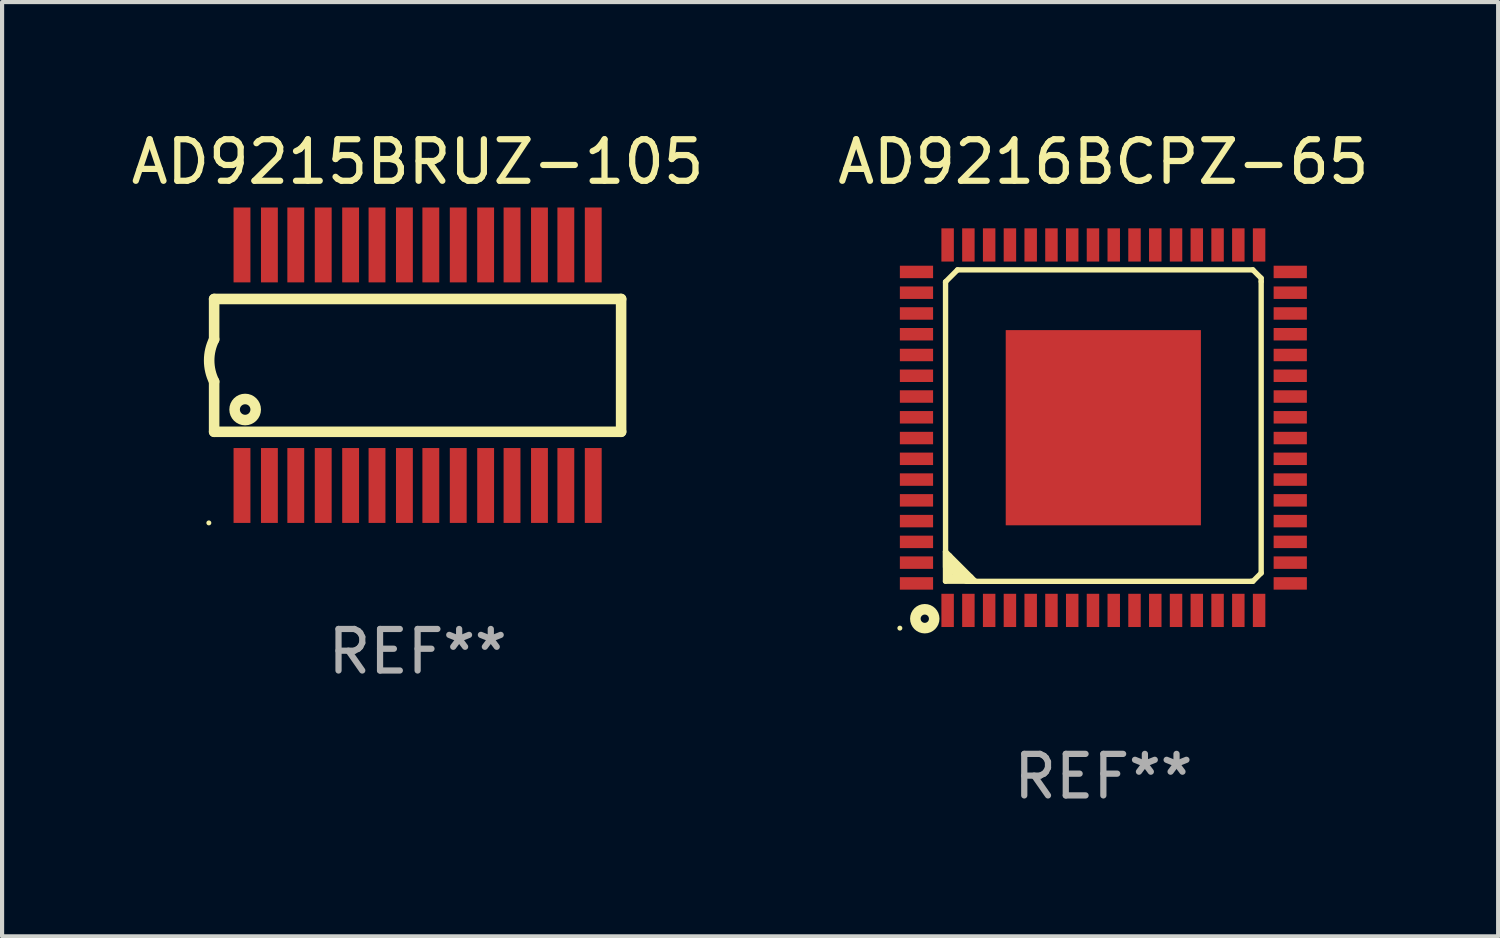
<source format=kicad_pcb>
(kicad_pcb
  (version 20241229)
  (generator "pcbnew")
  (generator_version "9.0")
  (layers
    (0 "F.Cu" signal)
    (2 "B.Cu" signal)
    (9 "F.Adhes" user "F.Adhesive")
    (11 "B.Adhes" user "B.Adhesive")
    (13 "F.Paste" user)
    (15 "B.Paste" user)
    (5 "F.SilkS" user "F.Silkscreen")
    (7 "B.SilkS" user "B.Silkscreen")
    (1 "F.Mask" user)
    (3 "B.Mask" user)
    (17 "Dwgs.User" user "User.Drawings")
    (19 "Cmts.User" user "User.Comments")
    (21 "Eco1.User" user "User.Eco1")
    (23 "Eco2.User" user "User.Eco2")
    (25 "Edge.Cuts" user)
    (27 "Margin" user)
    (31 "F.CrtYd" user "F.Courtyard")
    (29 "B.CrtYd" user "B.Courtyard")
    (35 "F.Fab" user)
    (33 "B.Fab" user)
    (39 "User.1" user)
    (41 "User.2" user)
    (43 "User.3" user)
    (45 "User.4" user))
  (footprint "AD9215BRUZ-105"
    (layer "F.Cu")
    (at 7.006 5.744)
    (property "Reference" "AD9215BRUZ-105" (at 0 -4.896 0) (layer "F.SilkS") (effects (font (size 1 1) (thickness 0.15))))
    (attr through_hole)
    (fp_line (start -4.9 -1.595) (end -4.9 -0.622) (stroke (width 0.254) (type solid)) (layer "F.SilkS"))
    (fp_line (start -4.9 1.603) (end -4.9 0.394) (stroke (width 0.254) (type solid)) (layer "F.SilkS"))
    (fp_line (start 4.9 -1.595) (end -4.9 -1.595) (stroke (width 0.254) (type solid)) (layer "F.SilkS"))
    (fp_line (start 4.9 1.603) (end -4.9 1.603) (stroke (width 0.254) (type solid)) (layer "F.SilkS"))
    (fp_line (start 4.9 1.603) (end 4.9 -1.595) (stroke (width 0.254) (type solid)) (layer "F.SilkS"))
    (fp_arc (start -4.89967 0.393701) (mid -5.019593 -0.1143) (end -4.89967 -0.622301) (stroke (width 0.254001) (type solid)) (layer "F.SilkS"))
    (fp_circle (center -5.027 3.797) (end -4.997 3.797) (stroke (width 0.06) (type solid)) (fill no) (layer "F.SilkS"))
    (fp_circle (center -4.153 1.067) (end -3.899 1.067) (stroke (width 0.254) (type solid)) (fill no) (layer "F.SilkS"))
    (fp_text user "REF**" (at 0 6.896 0) (layer "F.Fab") (effects (font (size 1 1) (thickness 0.15))))
    (pad "1" smd rect (at -4.229 2.896 90) (size 1.803 0.406) (layers "F.Cu" "F.Mask" "F.Paste"))
    (pad "2" smd rect (at -3.569 2.896 90) (size 1.803 0.406) (layers "F.Cu" "F.Mask" "F.Paste"))
    (pad "3" smd rect (at -2.934 2.896 90) (size 1.803 0.406) (layers "F.Cu" "F.Mask" "F.Paste"))
    (pad "4" smd rect (at -2.273 2.896 90) (size 1.803 0.406) (layers "F.Cu" "F.Mask" "F.Paste"))
    (pad "5" smd rect (at -1.613 2.896 90) (size 1.803 0.406) (layers "F.Cu" "F.Mask" "F.Paste"))
    (pad "6" smd rect (at -0.978 2.896 90) (size 1.803 0.406) (layers "F.Cu" "F.Mask" "F.Paste"))
    (pad "7" smd rect (at -0.318 2.896 90) (size 1.803 0.406) (layers "F.Cu" "F.Mask" "F.Paste"))
    (pad "8" smd rect (at 0.318 2.896 90) (size 1.803 0.406) (layers "F.Cu" "F.Mask" "F.Paste"))
    (pad "9" smd rect (at 0.978 2.896 90) (size 1.803 0.406) (layers "F.Cu" "F.Mask" "F.Paste"))
    (pad "10" smd rect (at 1.638 2.896 90) (size 1.803 0.406) (layers "F.Cu" "F.Mask" "F.Paste"))
    (pad "11" smd rect (at 2.273 2.896 90) (size 1.803 0.406) (layers "F.Cu" "F.Mask" "F.Paste"))
    (pad "12" smd rect (at 2.934 2.896 90) (size 1.803 0.406) (layers "F.Cu" "F.Mask" "F.Paste"))
    (pad "13" smd rect (at 3.569 2.896 90) (size 1.803 0.406) (layers "F.Cu" "F.Mask" "F.Paste"))
    (pad "14" smd rect (at 4.229 2.896 90) (size 1.803 0.406) (layers "F.Cu" "F.Mask" "F.Paste"))
    (pad "15" smd rect (at 4.229 -2.896 90) (size 1.803 0.406) (layers "F.Cu" "F.Mask" "F.Paste"))
    (pad "16" smd rect (at 3.569 -2.896 90) (size 1.803 0.406) (layers "F.Cu" "F.Mask" "F.Paste"))
    (pad "17" smd rect (at 2.934 -2.896 90) (size 1.803 0.406) (layers "F.Cu" "F.Mask" "F.Paste"))
    (pad "18" smd rect (at 2.273 -2.896 90) (size 1.803 0.406) (layers "F.Cu" "F.Mask" "F.Paste"))
    (pad "19" smd rect (at 1.638 -2.896 90) (size 1.803 0.406) (layers "F.Cu" "F.Mask" "F.Paste"))
    (pad "20" smd rect (at 0.978 -2.896 90) (size 1.803 0.406) (layers "F.Cu" "F.Mask" "F.Paste"))
    (pad "21" smd rect (at 0.318 -2.896 90) (size 1.803 0.406) (layers "F.Cu" "F.Mask" "F.Paste"))
    (pad "22" smd rect (at -0.318 -2.896 90) (size 1.803 0.406) (layers "F.Cu" "F.Mask" "F.Paste"))
    (pad "23" smd rect (at -0.978 -2.896 90) (size 1.803 0.406) (layers "F.Cu" "F.Mask" "F.Paste"))
    (pad "24" smd rect (at -1.613 -2.896 90) (size 1.803 0.406) (layers "F.Cu" "F.Mask" "F.Paste"))
    (pad "25" smd rect (at -2.273 -2.896 90) (size 1.803 0.406) (layers "F.Cu" "F.Mask" "F.Paste"))
    (pad "26" smd rect (at -2.934 -2.896 90) (size 1.803 0.406) (layers "F.Cu" "F.Mask" "F.Paste"))
    (pad "27" smd rect (at -3.569 -2.896 90) (size 1.803 0.406) (layers "F.Cu" "F.Mask" "F.Paste"))
    (pad "28" smd rect (at -4.229 -2.896 90) (size 1.803 0.406) (layers "F.Cu" "F.Mask" "F.Paste")))
  (footprint "AD9216BCPZ-65"
    (layer "F.Cu")
    (at 23.518 7.248)
    (property "Reference" "AD9216BCPZ-65" (at 0 -6.4 0) (layer "F.SilkS") (effects (font (size 1 1) (thickness 0.15))))
    (attr through_hole)
    (fp_line (start -3.801 2.985) (end -3.801 3.696) (stroke (width 0.129) (type solid)) (layer "F.SilkS"))
    (fp_line (start -3.801 3.696) (end -3.089 3.696) (stroke (width 0.129) (type solid)) (layer "F.SilkS"))
    (fp_line (start -3.8 -3.512) (end -3.512 -3.8) (stroke (width 0.127) (type solid)) (layer "F.SilkS"))
    (fp_line (start -3.8 -3.5) (end -3.8 -3.512) (stroke (width 0.127) (type solid)) (layer "F.SilkS"))
    (fp_line (start -3.8 -3.5) (end -3.8 3.358) (stroke (width 0.129) (type solid)) (layer "F.SilkS"))
    (fp_line (start -3.699 3.087) (end -3.699 3.595) (stroke (width 0.129) (type solid)) (layer "F.SilkS"))
    (fp_line (start -3.699 3.188) (end -3.699 3.29) (stroke (width 0.129) (type solid)) (layer "F.SilkS"))
    (fp_line (start -3.699 3.29) (end -3.394 3.595) (stroke (width 0.129) (type solid)) (layer "F.SilkS"))
    (fp_line (start -3.699 3.595) (end -3.191 3.595) (stroke (width 0.129) (type solid)) (layer "F.SilkS"))
    (fp_line (start -3.496 3.595) (end -3.699 3.391) (stroke (width 0.129) (type solid)) (layer "F.SilkS"))
    (fp_line (start -3.394 3.595) (end -3.496 3.595) (stroke (width 0.129) (type solid)) (layer "F.SilkS"))
    (fp_line (start -3.3 3.7) (end 3.558 3.7) (stroke (width 0.129) (type solid)) (layer "F.SilkS"))
    (fp_line (start -3.293 3.595) (end -3.699 3.188) (stroke (width 0.129) (type solid)) (layer "F.SilkS"))
    (fp_line (start -3.089 3.696) (end -3.801 2.985) (stroke (width 0.129) (type solid)) (layer "F.SilkS"))
    (fp_line (start 3.558 3.7) (end 3.6 3.7) (stroke (width 0.127) (type solid)) (layer "F.SilkS"))
    (fp_line (start 3.6 -3.8) (end -3.512 -3.8) (stroke (width 0.129) (type solid)) (layer "F.SilkS"))
    (fp_line (start 3.6 3.7) (end 3.8 3.5) (stroke (width 0.127) (type solid)) (layer "F.SilkS"))
    (fp_line (start 3.8 -3.6) (end 3.6 -3.8) (stroke (width 0.127) (type solid)) (layer "F.SilkS"))
    (fp_line (start 3.8 -3.52) (end 3.8 -3.6) (stroke (width 0.127) (type solid)) (layer "F.SilkS"))
    (fp_line (start 3.8 3.5) (end 3.8 -3.52) (stroke (width 0.129) (type solid)) (layer "F.SilkS"))
    (fp_circle (center -4.9 4.827) (end -4.87 4.827) (stroke (width 0.06) (type solid)) (fill no) (layer "F.SilkS"))
    (fp_circle (center -4.3 4.6) (end -4.2 4.6) (stroke (width 0.254) (type solid)) (fill no) (layer "F.SilkS"))
    (fp_text user "REF**" (at 0 8.4 0) (layer "F.Fab") (effects (font (size 1 1) (thickness 0.15))))
    (pad "1" smd rect (at -3.75 4.4) (size 0.3 0.8) (layers "F.Cu" "F.Mask" "F.Paste"))
    (pad "2" smd rect (at -3.25 4.4) (size 0.3 0.8) (layers "F.Cu" "F.Mask" "F.Paste"))
    (pad "3" smd rect (at -2.75 4.4) (size 0.3 0.8) (layers "F.Cu" "F.Mask" "F.Paste"))
    (pad "4" smd rect (at -2.25 4.4) (size 0.3 0.8) (layers "F.Cu" "F.Mask" "F.Paste"))
    (pad "5" smd rect (at -1.75 4.4) (size 0.3 0.8) (layers "F.Cu" "F.Mask" "F.Paste"))
    (pad "6" smd rect (at -1.25 4.4) (size 0.3 0.8) (layers "F.Cu" "F.Mask" "F.Paste"))
    (pad "7" smd rect (at -0.75 4.4) (size 0.3 0.8) (layers "F.Cu" "F.Mask" "F.Paste"))
    (pad "8" smd rect (at -0.25 4.4) (size 0.3 0.8) (layers "F.Cu" "F.Mask" "F.Paste"))
    (pad "9" smd rect (at 0.25 4.4) (size 0.3 0.8) (layers "F.Cu" "F.Mask" "F.Paste"))
    (pad "10" smd rect (at 0.75 4.4) (size 0.3 0.8) (layers "F.Cu" "F.Mask" "F.Paste"))
    (pad "11" smd rect (at 1.25 4.4) (size 0.3 0.8) (layers "F.Cu" "F.Mask" "F.Paste"))
    (pad "12" smd rect (at 1.75 4.4) (size 0.3 0.8) (layers "F.Cu" "F.Mask" "F.Paste"))
    (pad "13" smd rect (at 2.25 4.4) (size 0.3 0.8) (layers "F.Cu" "F.Mask" "F.Paste"))
    (pad "14" smd rect (at 2.75 4.4) (size 0.3 0.8) (layers "F.Cu" "F.Mask" "F.Paste"))
    (pad "15" smd rect (at 3.25 4.4) (size 0.3 0.8) (layers "F.Cu" "F.Mask" "F.Paste"))
    (pad "16" smd rect (at 3.75 4.4) (size 0.3 0.8) (layers "F.Cu" "F.Mask" "F.Paste"))
    (pad "17" smd rect (at 4.5 3.75) (size 0.8 0.3) (layers "F.Cu" "F.Mask" "F.Paste"))
    (pad "18" smd rect (at 4.5 3.25) (size 0.8 0.3) (layers "F.Cu" "F.Mask" "F.Paste"))
    (pad "19" smd rect (at 4.5 2.75) (size 0.8 0.3) (layers "F.Cu" "F.Mask" "F.Paste"))
    (pad "20" smd rect (at 4.5 2.25) (size 0.8 0.3) (layers "F.Cu" "F.Mask" "F.Paste"))
    (pad "21" smd rect (at 4.5 1.75) (size 0.8 0.3) (layers "F.Cu" "F.Mask" "F.Paste"))
    (pad "22" smd rect (at 4.5 1.25) (size 0.8 0.3) (layers "F.Cu" "F.Mask" "F.Paste"))
    (pad "23" smd rect (at 4.5 0.75) (size 0.8 0.3) (layers "F.Cu" "F.Mask" "F.Paste"))
    (pad "24" smd rect (at 4.5 0.25) (size 0.8 0.3) (layers "F.Cu" "F.Mask" "F.Paste"))
    (pad "25" smd rect (at 4.5 -0.25) (size 0.8 0.3) (layers "F.Cu" "F.Mask" "F.Paste"))
    (pad "26" smd rect (at 4.5 -0.75) (size 0.8 0.3) (layers "F.Cu" "F.Mask" "F.Paste"))
    (pad "27" smd rect (at 4.5 -1.25) (size 0.8 0.3) (layers "F.Cu" "F.Mask" "F.Paste"))
    (pad "28" smd rect (at 4.5 -1.75) (size 0.8 0.3) (layers "F.Cu" "F.Mask" "F.Paste"))
    (pad "29" smd rect (at 4.5 -2.25) (size 0.8 0.3) (layers "F.Cu" "F.Mask" "F.Paste"))
    (pad "30" smd rect (at 4.5 -2.75) (size 0.8 0.3) (layers "F.Cu" "F.Mask" "F.Paste"))
    (pad "31" smd rect (at 4.5 -3.25) (size 0.8 0.3) (layers "F.Cu" "F.Mask" "F.Paste"))
    (pad "32" smd rect (at 4.5 -3.75) (size 0.8 0.3) (layers "F.Cu" "F.Mask" "F.Paste"))
    (pad "33" smd rect (at 3.75 -4.4) (size 0.3 0.8) (layers "F.Cu" "F.Mask" "F.Paste"))
    (pad "34" smd rect (at 3.25 -4.4) (size 0.3 0.8) (layers "F.Cu" "F.Mask" "F.Paste"))
    (pad "35" smd rect (at 2.75 -4.4) (size 0.3 0.8) (layers "F.Cu" "F.Mask" "F.Paste"))
    (pad "36" smd rect (at 2.25 -4.4) (size 0.3 0.8) (layers "F.Cu" "F.Mask" "F.Paste"))
    (pad "37" smd rect (at 1.75 -4.4) (size 0.3 0.8) (layers "F.Cu" "F.Mask" "F.Paste"))
    (pad "38" smd rect (at 1.25 -4.4) (size 0.3 0.8) (layers "F.Cu" "F.Mask" "F.Paste"))
    (pad "39" smd rect (at 0.75 -4.4) (size 0.3 0.8) (layers "F.Cu" "F.Mask" "F.Paste"))
    (pad "40" smd rect (at 0.25 -4.4) (size 0.3 0.8) (layers "F.Cu" "F.Mask" "F.Paste"))
    (pad "41" smd rect (at -0.25 -4.4) (size 0.3 0.8) (layers "F.Cu" "F.Mask" "F.Paste"))
    (pad "42" smd rect (at -0.75 -4.4) (size 0.3 0.8) (layers "F.Cu" "F.Mask" "F.Paste"))
    (pad "43" smd rect (at -1.25 -4.4) (size 0.3 0.8) (layers "F.Cu" "F.Mask" "F.Paste"))
    (pad "44" smd rect (at -1.75 -4.4) (size 0.3 0.8) (layers "F.Cu" "F.Mask" "F.Paste"))
    (pad "45" smd rect (at -2.25 -4.4) (size 0.3 0.8) (layers "F.Cu" "F.Mask" "F.Paste"))
    (pad "46" smd rect (at -2.75 -4.4) (size 0.3 0.8) (layers "F.Cu" "F.Mask" "F.Paste"))
    (pad "47" smd rect (at -3.25 -4.4) (size 0.3 0.8) (layers "F.Cu" "F.Mask" "F.Paste"))
    (pad "48" smd rect (at -3.75 -4.4) (size 0.3 0.8) (layers "F.Cu" "F.Mask" "F.Paste"))
    (pad "49" smd rect (at -4.5 -3.75) (size 0.8 0.3) (layers "F.Cu" "F.Mask" "F.Paste"))
    (pad "50" smd rect (at -4.5 -3.25) (size 0.8 0.3) (layers "F.Cu" "F.Mask" "F.Paste"))
    (pad "51" smd rect (at -4.5 -2.75) (size 0.8 0.3) (layers "F.Cu" "F.Mask" "F.Paste"))
    (pad "52" smd rect (at -4.5 -2.25) (size 0.8 0.3) (layers "F.Cu" "F.Mask" "F.Paste"))
    (pad "53" smd rect (at -4.5 -1.75) (size 0.8 0.3) (layers "F.Cu" "F.Mask" "F.Paste"))
    (pad "54" smd rect (at -4.5 -1.25) (size 0.8 0.3) (layers "F.Cu" "F.Mask" "F.Paste"))
    (pad "55" smd rect (at -4.5 -0.75) (size 0.8 0.3) (layers "F.Cu" "F.Mask" "F.Paste"))
    (pad "56" smd rect (at -4.5 -0.25) (size 0.8 0.3) (layers "F.Cu" "F.Mask" "F.Paste"))
    (pad "57" smd rect (at -4.5 0.25) (size 0.8 0.3) (layers "F.Cu" "F.Mask" "F.Paste"))
    (pad "58" smd rect (at -4.5 0.75) (size 0.8 0.3) (layers "F.Cu" "F.Mask" "F.Paste"))
    (pad "59" smd rect (at -4.5 1.25) (size 0.8 0.3) (layers "F.Cu" "F.Mask" "F.Paste"))
    (pad "60" smd rect (at -4.5 1.75) (size 0.8 0.3) (layers "F.Cu" "F.Mask" "F.Paste"))
    (pad "61" smd rect (at -4.5 2.25) (size 0.8 0.3) (layers "F.Cu" "F.Mask" "F.Paste"))
    (pad "62" smd rect (at -4.5 2.75) (size 0.8 0.3) (layers "F.Cu" "F.Mask" "F.Paste"))
    (pad "63" smd rect (at -4.5 3.25) (size 0.8 0.3) (layers "F.Cu" "F.Mask" "F.Paste"))
    (pad "64" smd rect (at -4.5 3.75) (size 0.8 0.3) (layers "F.Cu" "F.Mask" "F.Paste"))
    (pad "65" smd rect (at -0.001 0.001) (size 4.7 4.7) (layers "F.Cu" "F.Mask" "F.Paste")))
  (gr_rect
    (start -3 -3)
    (end 33.024 19.496)
    (stroke (width 0.1) (type default))
    (fill no)
    (layer "Edge.Cuts")))
</source>
